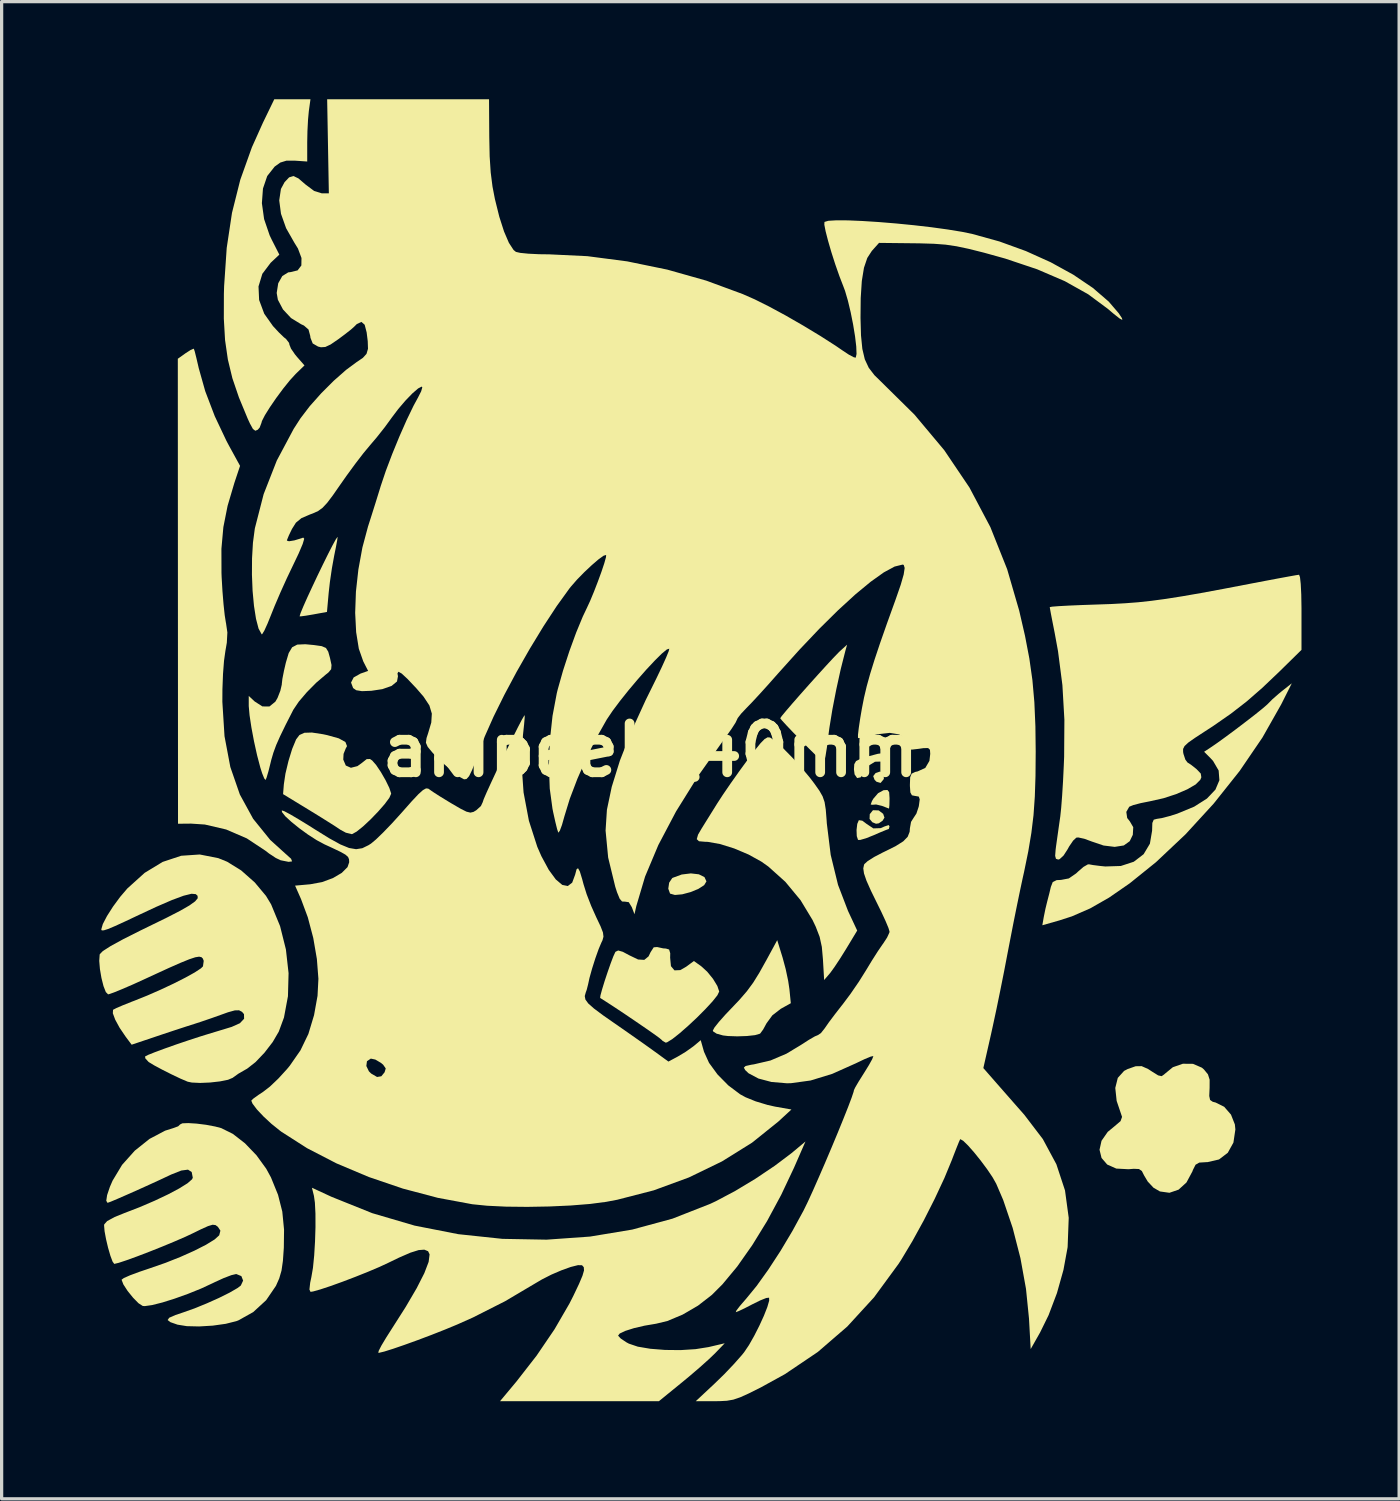
<source format=kicad_pcb>
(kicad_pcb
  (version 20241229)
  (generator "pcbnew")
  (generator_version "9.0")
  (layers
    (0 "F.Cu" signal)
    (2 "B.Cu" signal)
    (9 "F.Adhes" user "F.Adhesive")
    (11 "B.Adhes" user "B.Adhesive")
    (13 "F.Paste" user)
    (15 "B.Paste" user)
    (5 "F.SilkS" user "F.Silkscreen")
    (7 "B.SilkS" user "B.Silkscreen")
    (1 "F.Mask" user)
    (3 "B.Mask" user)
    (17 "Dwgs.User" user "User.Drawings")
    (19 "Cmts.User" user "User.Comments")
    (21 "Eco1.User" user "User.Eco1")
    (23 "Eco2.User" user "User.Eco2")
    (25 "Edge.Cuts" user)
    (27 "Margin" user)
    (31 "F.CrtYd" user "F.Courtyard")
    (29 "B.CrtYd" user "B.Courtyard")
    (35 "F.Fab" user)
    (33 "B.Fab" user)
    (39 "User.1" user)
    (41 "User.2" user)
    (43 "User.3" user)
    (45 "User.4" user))
  (footprint "akipeek_40mm"
    (layer "F.Cu")
    (at 16.943 20.007)
    (property "Reference" "akipeek_40mm" (at 0 0 0) (layer "F.SilkS") (effects (font (size 1.5 1.5) (thickness 0.3))))
    (attr board_only exclude_from_pos_files exclude_from_bom)
    (fp_poly (pts (xy 7.16 0.724) (xy 7.172 0.871) (xy 7.164 0.894) (xy 7.071 1.006) (xy 6.945 0.969) (xy 6.886 0.909) (xy 6.844 0.796) (xy 6.919 0.701) (xy 7.059 0.654)) (stroke (width 0) (type solid)) (fill yes) (layer "F.SilkS"))
    (fp_poly (pts (xy 7.013 1.85) (xy 7.15 1.955) (xy 7.19 2.072) (xy 7.133 2.166) (xy 7.016 2.247) (xy 6.93 2.26) (xy 6.857 2.23) (xy 6.819 2.215) (xy 6.732 2.112) (xy 6.738 1.966) (xy 6.829 1.852) (xy 6.848 1.844)) (stroke (width 0) (type solid)) (fill yes) (layer "F.SilkS"))
    (fp_poly (pts (xy 1.485 3.814) (xy 1.658 3.9) (xy 1.719 4.031) (xy 1.649 4.147) (xy 1.471 4.262) (xy 1.23 4.361) (xy 0.974 4.429) (xy 0.75 4.449) (xy 0.604 4.408) (xy 0.599 4.403) (xy 0.546 4.256) (xy 0.573 4.071) (xy 0.665 3.933) (xy 0.684 3.921) (xy 0.96 3.82) (xy 1.24 3.786)) (stroke (width 0) (type solid)) (fill yes) (layer "F.SilkS"))
    (fp_poly (pts (xy 7.334 1.29) (xy 7.346 1.47) (xy 7.346 1.496) (xy 7.342 1.686) (xy 7.331 1.787) (xy 7.327 1.793) (xy 7.249 1.763) (xy 7.117 1.712) (xy 6.933 1.668) (xy 6.82 1.677) (xy 6.767 1.67) (xy 6.805 1.565) (xy 6.848 1.491) (xy 6.993 1.322) (xy 7.16 1.23) (xy 7.164 1.229) (xy 7.282 1.222)) (stroke (width 0) (type solid)) (fill yes) (layer "F.SilkS"))
    (fp_poly (pts (xy 7.31 0.12) (xy 7.346 0.221) (xy 7.346 0.236) (xy 7.318 0.347) (xy 7.203 0.357) (xy 7.158 0.347) (xy 6.899 0.354) (xy 6.678 0.49) (xy 6.563 0.669) (xy 6.459 0.834) (xy 6.35 0.856) (xy 6.272 0.743) (xy 6.252 0.589) (xy 6.262 0.43) (xy 6.317 0.333) (xy 6.455 0.263) (xy 6.657 0.198) (xy 6.989 0.11) (xy 7.199 0.084)) (stroke (width 0) (type solid)) (fill yes) (layer "F.SilkS"))
    (fp_poly (pts (xy 6.509 2.166) (xy 6.64 2.264) (xy 6.849 2.403) (xy 7.073 2.395) (xy 7.195 2.342) (xy 7.32 2.301) (xy 7.346 2.342) (xy 7.324 2.42) (xy 7.317 2.423) (xy 7.236 2.452) (xy 7.054 2.527) (xy 6.857 2.613) (xy 6.621 2.707) (xy 6.446 2.757) (xy 6.378 2.757) (xy 6.339 2.64) (xy 6.332 2.451) (xy 6.354 2.265) (xy 6.401 2.154) (xy 6.406 2.151)) (stroke (width 0) (type solid)) (fill yes) (layer "F.SilkS"))
    (fp_poly (pts (xy -9.617 -6.55) (xy -9.63 -6.452) (xy -9.668 -6.246) (xy -9.723 -5.974) (xy -9.725 -5.963) (xy -9.792 -5.593) (xy -9.854 -5.169) (xy -9.891 -4.84) (xy -9.944 -4.25) (xy -10.365 -4.173) (xy -10.596 -4.134) (xy -10.748 -4.114) (xy -10.785 -4.115) (xy -10.755 -4.215) (xy -10.672 -4.416) (xy -10.549 -4.693) (xy -10.398 -5.019) (xy -10.233 -5.369) (xy -10.065 -5.716) (xy -9.908 -6.034) (xy -9.773 -6.297) (xy -9.673 -6.479) (xy -9.621 -6.554)) (stroke (width 0) (type solid)) (fill yes) (layer "F.SilkS"))
    (fp_poly (pts (xy 5.987 -3.048) (xy 5.846 -2.492) (xy 5.71 -1.873) (xy 5.589 -1.25) (xy 5.497 -0.684) (xy 5.461 -0.41) (xy 5.42 -0.08) (xy 5.378 0.181) (xy 5.343 0.342) (xy 5.323 0.378) (xy 5.253 0.32) (xy 5.097 0.172) (xy 4.879 -0.042) (xy 4.631 -0.293) (xy 4.379 -0.552) (xy 4.173 -0.769) (xy 4.035 -0.92) (xy 3.986 -0.983) (xy 4.035 -1.053) (xy 4.17 -1.215) (xy 4.369 -1.447) (xy 4.612 -1.724) (xy 4.879 -2.025) (xy 5.149 -2.325) (xy 5.402 -2.603) (xy 5.617 -2.835) (xy 5.773 -2.997) (xy 5.825 -3.048) (xy 6.041 -3.243)) (stroke (width 0) (type solid)) (fill yes) (layer "F.SilkS"))
    (fp_poly (pts (xy 4.06 6.376) (xy 4.154 6.725) (xy 4.231 7.09) (xy 4.269 7.345) (xy 4.312 7.776) (xy 4.003 7.948) (xy 3.744 8.149) (xy 3.565 8.394) (xy 3.462 8.583) (xy 3.374 8.703) (xy 3.36 8.714) (xy 3.212 8.757) (xy 2.962 8.784) (xy 2.666 8.794) (xy 2.377 8.784) (xy 2.227 8.766) (xy 2.032 8.712) (xy 1.923 8.641) (xy 1.915 8.617) (xy 1.966 8.522) (xy 2.105 8.347) (xy 2.305 8.122) (xy 2.429 7.992) (xy 2.732 7.673) (xy 2.962 7.407) (xy 3.155 7.145) (xy 3.344 6.84) (xy 3.564 6.446) (xy 3.582 6.413) (xy 3.894 5.838)) (stroke (width 0) (type solid)) (fill yes) (layer "F.SilkS"))
    (fp_poly (pts (xy -10.065 -0.491) (xy -9.938 -0.464) (xy -9.58 -0.364) (xy -9.377 -0.252) (xy -9.328 -0.126) (xy -9.368 -0.052) (xy -9.434 0.113) (xy -9.443 0.288) (xy -9.365 0.471) (xy -9.208 0.54) (xy -9.007 0.489) (xy -8.865 0.386) (xy -8.724 0.274) (xy -8.622 0.27) (xy -8.553 0.317) (xy -8.432 0.456) (xy -8.285 0.675) (xy -8.141 0.926) (xy -8.028 1.158) (xy -7.974 1.322) (xy -7.972 1.339) (xy -8.027 1.463) (xy -8.17 1.656) (xy -8.373 1.888) (xy -8.604 2.127) (xy -8.834 2.342) (xy -9.033 2.502) (xy -9.169 2.577) (xy -9.185 2.579) (xy -9.364 2.535) (xy -9.535 2.442) (xy -9.677 2.347) (xy -9.918 2.194) (xy -10.222 2.004) (xy -10.509 1.828) (xy -11.293 1.35) (xy -11.269 1.046) (xy -11.22 0.719) (xy -11.128 0.334) (xy -11.014 -0.038) (xy -10.895 -0.326) (xy -10.893 -0.331) (xy -10.79 -0.467) (xy -10.637 -0.536) (xy -10.405 -0.543)) (stroke (width 0) (type solid)) (fill yes) (layer "F.SilkS"))
    (fp_poly (pts (xy -10.343 -3.232) (xy -10.105 -3.198) (xy -9.976 -3.143) (xy -9.905 -3.029) (xy -9.851 -2.836) (xy -9.804 -2.618) (xy -9.815 -2.489) (xy -9.899 -2.389) (xy -9.981 -2.324) (xy -10.27 -2.078) (xy -10.56 -1.786) (xy -10.809 -1.494) (xy -10.975 -1.248) (xy -10.979 -1.241) (xy -11.212 -0.785) (xy -11.382 -0.435) (xy -11.504 -0.16) (xy -11.59 0.074) (xy -11.655 0.295) (xy -11.679 0.394) (xy -11.743 0.65) (xy -11.799 0.84) (xy -11.831 0.915) (xy -11.871 0.869) (xy -11.936 0.71) (xy -11.992 0.534) (xy -12.092 0.154) (xy -12.186 -0.272) (xy -12.266 -0.698) (xy -12.323 -1.075) (xy -12.348 -1.356) (xy -12.348 -1.388) (xy -12.348 -1.668) (xy -12.167 -1.499) (xy -11.929 -1.346) (xy -11.712 -1.344) (xy -11.53 -1.492) (xy -11.464 -1.605) (xy -11.377 -1.827) (xy -11.333 -2.015) (xy -11.332 -2.038) (xy -11.314 -2.194) (xy -11.265 -2.443) (xy -11.207 -2.693) (xy -11.12 -2.986) (xy -11.015 -3.163) (xy -10.857 -3.246) (xy -10.608 -3.257)) (stroke (width 0) (type solid)) (fill yes) (layer "F.SilkS"))
    (fp_poly (pts (xy -14.035 -12.337) (xy -14.007 -12.253) (xy -13.958 -12.056) (xy -13.895 -11.787) (xy -13.887 -11.75) (xy -13.685 -11.033) (xy -13.392 -10.265) (xy -13.032 -9.504) (xy -12.951 -9.352) (xy -12.615 -8.739) (xy -12.789 -8.218) (xy -12.998 -7.512) (xy -13.128 -6.857) (xy -13.188 -6.19) (xy -13.186 -5.449) (xy -13.181 -5.314) (xy -13.156 -4.889) (xy -13.123 -4.486) (xy -13.087 -4.151) (xy -13.051 -3.924) (xy -13.047 -3.908) (xy -13.005 -3.619) (xy -13.022 -3.303) (xy -13.066 -3.048) (xy -13.108 -2.749) (xy -13.139 -2.343) (xy -13.157 -1.876) (xy -13.159 -1.485) (xy -13.093 -0.431) (xy -12.914 0.517) (xy -12.621 1.362) (xy -12.213 2.108) (xy -11.687 2.758) (xy -11.215 3.185) (xy -11.047 3.336) (xy -11.016 3.417) (xy -11.123 3.431) (xy -11.369 3.382) (xy -11.518 3.311) (xy -11.724 3.175) (xy -11.838 3.087) (xy -12.408 2.71) (xy -13.042 2.437) (xy -13.697 2.284) (xy -14.119 2.256) (xy -14.522 2.26) (xy -14.525 -4.885) (xy -14.528 -12.031) (xy -14.294 -12.198) (xy -14.136 -12.3) (xy -14.042 -12.34)) (stroke (width 0) (type solid)) (fill yes) (layer "F.SilkS"))
    (fp_poly (pts (xy 0.389 6.09) (xy 0.473 6.096) (xy 0.571 6.125) (xy 0.606 6.239) (xy 0.603 6.378) (xy 0.628 6.637) (xy 0.736 6.766) (xy 0.914 6.758) (xy 1.093 6.656) (xy 1.333 6.479) (xy 1.56 6.641) (xy 1.743 6.808) (xy 1.92 7.026) (xy 2.054 7.246) (xy 2.11 7.414) (xy 2.11 7.419) (xy 2.054 7.534) (xy 1.904 7.722) (xy 1.685 7.959) (xy 1.426 8.219) (xy 1.152 8.475) (xy 0.89 8.704) (xy 0.667 8.88) (xy 0.509 8.977) (xy 0.467 8.988) (xy 0.368 8.931) (xy 0.352 8.911) (xy 0.278 8.849) (xy 0.1 8.719) (xy -0.155 8.541) (xy -0.459 8.333) (xy -0.785 8.112) (xy -1.107 7.898) (xy -1.398 7.709) (xy -1.548 7.614) (xy -1.539 7.537) (xy -1.489 7.353) (xy -1.412 7.101) (xy -1.319 6.821) (xy -1.225 6.552) (xy -1.142 6.334) (xy -1.083 6.206) (xy -1.076 6.195) (xy -0.994 6.155) (xy -0.851 6.196) (xy -0.655 6.301) (xy -0.382 6.432) (xy -0.192 6.444) (xy -0.06 6.336) (xy 0.002 6.207) (xy 0.098 6.058) (xy 0.203 6.049)) (stroke (width 0) (type solid)) (fill yes) (layer "F.SilkS"))
    (fp_poly (pts (xy 3.671 -0.391) (xy 3.689 -0.382) (xy 3.858 -0.258) (xy 4.094 -0.042) (xy 4.366 0.235) (xy 4.644 0.541) (xy 4.899 0.846) (xy 5.03 1.018) (xy 5.187 1.24) (xy 5.288 1.416) (xy 5.35 1.595) (xy 5.386 1.823) (xy 5.412 2.149) (xy 5.418 2.246) (xy 5.538 3.218) (xy 5.763 4.139) (xy 6.07 4.94) (xy 6.352 5.543) (xy 6.009 6.111) (xy 5.828 6.401) (xy 5.656 6.661) (xy 5.524 6.844) (xy 5.501 6.871) (xy 5.336 7.063) (xy 5.299 6.426) (xy 5.265 6.043) (xy 5.198 5.736) (xy 5.078 5.425) (xy 4.98 5.219) (xy 4.611 4.609) (xy 4.144 4.045) (xy 3.619 3.574) (xy 3.407 3.424) (xy 3.013 3.206) (xy 2.573 3.02) (xy 2.139 2.884) (xy 1.763 2.817) (xy 1.672 2.814) (xy 1.489 2.798) (xy 1.421 2.734) (xy 1.461 2.595) (xy 1.569 2.409) (xy 1.692 2.211) (xy 1.862 1.938) (xy 2.042 1.649) (xy 2.047 1.641) (xy 2.224 1.369) (xy 2.462 1.021) (xy 2.729 0.644) (xy 2.953 0.337) (xy 3.203 0.005) (xy 3.382 -0.216) (xy 3.507 -0.344) (xy 3.598 -0.396)) (stroke (width 0) (type solid)) (fill yes) (layer "F.SilkS"))
    (fp_poly (pts (xy -10.501 -19.645) (xy -10.526 -19.379) (xy -10.544 -19.032) (xy -10.551 -18.687) (xy -10.551 -18.093) (xy -10.928 -18.119) (xy -11.19 -18.119) (xy -11.378 -18.061) (xy -11.551 -17.937) (xy -11.78 -17.647) (xy -11.911 -17.262) (xy -11.944 -16.812) (xy -11.876 -16.323) (xy -11.706 -15.825) (xy -11.644 -15.695) (xy -11.408 -15.231) (xy -11.674 -14.981) (xy -11.93 -14.642) (xy -12.048 -14.253) (xy -12.029 -13.837) (xy -11.872 -13.415) (xy -11.604 -13.036) (xy -11.422 -12.84) (xy -11.269 -12.692) (xy -11.201 -12.638) (xy -11.108 -12.517) (xy -11.098 -12.464) (xy -11.049 -12.342) (xy -10.927 -12.164) (xy -10.866 -12.09) (xy -10.635 -11.826) (xy -10.908 -11.562) (xy -11.084 -11.369) (xy -11.29 -11.113) (xy -11.502 -10.827) (xy -11.697 -10.543) (xy -11.852 -10.295) (xy -11.943 -10.117) (xy -11.958 -10.059) (xy -12.013 -9.915) (xy -12.072 -9.849) (xy -12.146 -9.818) (xy -12.219 -9.873) (xy -12.311 -10.039) (xy -12.379 -10.187) (xy -12.649 -10.839) (xy -12.851 -11.432) (xy -12.99 -12.008) (xy -13.076 -12.605) (xy -13.114 -13.265) (xy -13.112 -14.026) (xy -13.105 -14.263) (xy -13.025 -15.439) (xy -12.863 -16.515) (xy -12.608 -17.532) (xy -12.252 -18.528) (xy -11.913 -19.284) (xy -11.563 -20.007) (xy -11.007 -20.007) (xy -10.451 -20.007)) (stroke (width 0) (type solid)) (fill yes) (layer "F.SilkS"))
    (fp_poly (pts (xy 16.673 9.639) (xy 16.945 9.757) (xy 17.009 9.812) (xy 17.132 9.962) (xy 17.184 10.126) (xy 17.183 10.371) (xy 17.182 10.396) (xy 17.172 10.627) (xy 17.198 10.749) (xy 17.279 10.805) (xy 17.368 10.828) (xy 17.631 10.959) (xy 17.84 11.199) (xy 17.959 11.5) (xy 17.975 11.655) (xy 17.915 12.059) (xy 17.742 12.372) (xy 17.472 12.578) (xy 17.118 12.66) (xy 17.075 12.661) (xy 16.865 12.674) (xy 16.751 12.74) (xy 16.67 12.901) (xy 16.653 12.948) (xy 16.472 13.285) (xy 16.229 13.506) (xy 15.949 13.602) (xy 15.656 13.561) (xy 15.457 13.445) (xy 15.281 13.256) (xy 15.168 13.066) (xy 15.101 12.933) (xy 15.012 12.872) (xy 14.851 12.865) (xy 14.69 12.878) (xy 14.315 12.858) (xy 14.036 12.734) (xy 13.862 12.532) (xy 13.8 12.28) (xy 13.861 12.004) (xy 14.052 11.73) (xy 14.252 11.565) (xy 14.446 11.4) (xy 14.492 11.27) (xy 14.487 11.254) (xy 14.326 10.777) (xy 14.284 10.38) (xy 14.361 10.071) (xy 14.555 9.856) (xy 14.662 9.8) (xy 14.909 9.713) (xy 15.095 9.71) (xy 15.291 9.797) (xy 15.42 9.881) (xy 15.602 9.994) (xy 15.709 10.018) (xy 15.787 9.964) (xy 15.796 9.954) (xy 16.053 9.743) (xy 16.361 9.636)) (stroke (width 0) (type solid)) (fill yes) (layer "F.SilkS"))
    (fp_poly (pts (xy 19.384 -1.409) (xy 18.807 -0.39) (xy 18.107 0.637) (xy 17.309 1.64) (xy 16.443 2.585) (xy 15.534 3.442) (xy 14.728 4.091) (xy 14.093 4.53) (xy 13.512 4.862) (xy 12.949 5.107) (xy 12.566 5.231) (xy 12.042 5.38) (xy 12.085 5.132) (xy 12.139 4.867) (xy 12.192 4.65) (xy 12.257 4.399) (xy 12.304 4.201) (xy 12.362 4.052) (xy 12.481 3.993) (xy 12.617 3.986) (xy 12.855 3.941) (xy 13.081 3.786) (xy 13.138 3.732) (xy 13.307 3.586) (xy 13.44 3.51) (xy 13.477 3.507) (xy 13.597 3.529) (xy 13.815 3.557) (xy 13.977 3.573) (xy 14.454 3.558) (xy 14.852 3.428) (xy 15.155 3.196) (xy 15.348 2.873) (xy 15.416 2.471) (xy 15.416 2.452) (xy 15.423 2.236) (xy 15.466 2.135) (xy 15.561 2.11) (xy 15.562 2.11) (xy 15.714 2.086) (xy 15.956 2.023) (xy 16.186 1.951) (xy 16.709 1.735) (xy 17.102 1.485) (xy 17.362 1.211) (xy 17.484 0.922) (xy 17.461 0.624) (xy 17.289 0.329) (xy 17.218 0.252) (xy 17.014 0.048) (xy 17.2 -0.074) (xy 17.413 -0.22) (xy 17.687 -0.418) (xy 17.994 -0.646) (xy 18.304 -0.882) (xy 18.588 -1.102) (xy 18.815 -1.285) (xy 18.957 -1.408) (xy 18.984 -1.435) (xy 19.11 -1.563) (xy 19.303 -1.732) (xy 19.401 -1.813) (xy 19.709 -2.056)) (stroke (width 0) (type solid)) (fill yes) (layer "F.SilkS"))
    (fp_poly (pts (xy 19.961 -5.318) (xy 19.984 -5.108) (xy 20 -4.785) (xy 20.007 -4.369) (xy 20.007 -4.238) (xy 20.007 -3.084) (xy 19.324 -2.413) (xy 18.798 -1.913) (xy 18.319 -1.496) (xy 17.838 -1.123) (xy 17.305 -0.752) (xy 17.041 -0.58) (xy 16.728 -0.376) (xy 16.526 -0.233) (xy 16.413 -0.128) (xy 16.368 -0.039) (xy 16.369 0.058) (xy 16.38 0.115) (xy 16.438 0.29) (xy 16.505 0.379) (xy 16.505 0.379) (xy 16.611 0.446) (xy 16.768 0.57) (xy 16.78 0.58) (xy 16.911 0.717) (xy 16.929 0.833) (xy 16.896 0.911) (xy 16.755 1.052) (xy 16.495 1.203) (xy 16.153 1.35) (xy 15.765 1.476) (xy 15.365 1.566) (xy 15.357 1.568) (xy 15.071 1.625) (xy 14.84 1.685) (xy 14.714 1.737) (xy 14.712 1.739) (xy 14.623 1.896) (xy 14.65 2.083) (xy 14.732 2.188) (xy 14.836 2.366) (xy 14.823 2.6) (xy 14.728 2.796) (xy 14.546 2.927) (xy 14.267 2.971) (xy 13.923 2.929) (xy 13.564 2.807) (xy 13.333 2.722) (xy 13.15 2.682) (xy 13.089 2.686) (xy 12.99 2.777) (xy 12.867 2.957) (xy 12.819 3.044) (xy 12.696 3.235) (xy 12.574 3.348) (xy 12.532 3.361) (xy 12.461 3.338) (xy 12.436 3.247) (xy 12.451 3.052) (xy 12.464 2.95) (xy 12.508 2.638) (xy 12.56 2.27) (xy 12.594 2.032) (xy 12.621 1.777) (xy 12.65 1.406) (xy 12.678 0.959) (xy 12.701 0.478) (xy 12.712 0.207) (xy 12.72 -0.937) (xy 12.659 -2) (xy 12.524 -3.044) (xy 12.421 -3.607) (xy 12.357 -3.931) (xy 12.306 -4.193) (xy 12.276 -4.359) (xy 12.27 -4.398) (xy 12.344 -4.412) (xy 12.55 -4.428) (xy 12.863 -4.445) (xy 13.259 -4.462) (xy 13.696 -4.477) (xy 14.159 -4.493) (xy 14.581 -4.516) (xy 14.986 -4.547) (xy 15.399 -4.592) (xy 15.844 -4.652) (xy 16.344 -4.731) (xy 16.925 -4.832) (xy 17.61 -4.959) (xy 18.424 -5.115) (xy 18.429 -5.116) (xy 18.884 -5.203) (xy 19.288 -5.279) (xy 19.614 -5.339) (xy 19.838 -5.379) (xy 19.933 -5.393)) (stroke (width 0) (type solid)) (fill yes) (layer "F.SilkS"))
    (fp_poly (pts (xy 4.41 12.832) (xy 4.015 13.668) (xy 3.583 14.47) (xy 3.128 15.21) (xy 2.666 15.867) (xy 2.212 16.414) (xy 1.886 16.74) (xy 1.459 17.071) (xy 0.987 17.346) (xy 0.52 17.542) (xy 0.172 17.626) (xy -0.182 17.686) (xy -0.508 17.762) (xy -0.773 17.846) (xy -0.946 17.927) (xy -0.997 17.993) (xy -0.914 18.082) (xy -0.742 18.197) (xy -0.666 18.238) (xy -0.392 18.331) (xy -0.007 18.396) (xy 0.445 18.432) (xy 0.923 18.437) (xy 1.382 18.408) (xy 1.779 18.345) (xy 1.785 18.344) (xy 2.281 18.227) (xy 1.981 18.538) (xy 1.795 18.716) (xy 1.526 18.957) (xy 1.214 19.225) (xy 0.969 19.428) (xy 0.258 20.007) (xy -2.183 20.007) (xy -4.625 20.007) (xy -4.12 19.402) (xy -3.501 18.607) (xy -2.949 17.795) (xy -2.493 17.008) (xy -2.372 16.77) (xy -2.198 16.404) (xy -2.091 16.151) (xy -2.044 15.988) (xy -2.051 15.889) (xy -2.104 15.83) (xy -2.106 15.829) (xy -2.229 15.826) (xy -2.452 15.882) (xy -2.736 15.984) (xy -3.044 16.116) (xy -3.337 16.265) (xy -3.478 16.348) (xy -4.472 16.936) (xy -5.456 17.434) (xy -5.94 17.65) (xy -6.319 17.807) (xy -6.735 17.971) (xy -7.159 18.131) (xy -7.561 18.276) (xy -7.913 18.397) (xy -8.184 18.482) (xy -8.347 18.521) (xy -8.365 18.522) (xy -8.355 18.462) (xy -8.271 18.298) (xy -8.127 18.057) (xy -7.964 17.801) (xy -7.524 17.11) (xy -7.186 16.533) (xy -6.951 16.071) (xy -6.819 15.725) (xy -6.79 15.495) (xy -6.836 15.398) (xy -6.952 15.35) (xy -7.126 15.363) (xy -7.38 15.443) (xy -7.732 15.596) (xy -8.05 15.75) (xy -8.331 15.881) (xy -8.683 16.03) (xy -9.073 16.186) (xy -9.469 16.337) (xy -9.839 16.47) (xy -10.15 16.573) (xy -10.371 16.635) (xy -10.45 16.647) (xy -10.483 16.575) (xy -10.46 16.367) (xy -10.424 16.197) (xy -10.375 15.913) (xy -10.337 15.532) (xy -10.311 15.099) (xy -10.297 14.655) (xy -10.298 14.242) (xy -10.315 13.904) (xy -10.344 13.699) (xy -10.406 13.447) (xy -9.803 13.726) (xy -8.554 14.228) (xy -7.25 14.611) (xy -5.909 14.874) (xy -4.551 15.018) (xy -3.195 15.043) (xy -1.859 14.948) (xy -0.562 14.733) (xy 0.676 14.397) (xy 1.837 13.941) (xy 2.007 13.861) (xy 2.598 13.548) (xy 3.221 13.173) (xy 3.818 12.772) (xy 4.333 12.384) (xy 4.393 12.334) (xy 4.762 12.026)) (stroke (width 0) (type solid)) (fill yes) (layer "F.SilkS"))
    (fp_poly (pts (xy -13.95 11.476) (xy -13.662 11.512) (xy -13.381 11.565) (xy -13.192 11.615) (xy -12.836 11.792) (xy -12.464 12.081) (xy -12.11 12.45) (xy -11.81 12.864) (xy -11.665 13.13) (xy -11.448 13.664) (xy -11.317 14.18) (xy -11.263 14.735) (xy -11.27 15.291) (xy -11.298 15.695) (xy -11.341 15.993) (xy -11.411 16.234) (xy -11.512 16.462) (xy -11.813 16.903) (xy -12.211 17.269) (xy -12.666 17.523) (xy -12.729 17.547) (xy -13.055 17.629) (xy -13.455 17.685) (xy -13.873 17.71) (xy -14.252 17.701) (xy -14.537 17.655) (xy -14.754 17.579) (xy -14.841 17.513) (xy -14.793 17.443) (xy -14.602 17.359) (xy -14.361 17.278) (xy -14.011 17.154) (xy -13.633 16.999) (xy -13.262 16.833) (xy -12.937 16.671) (xy -12.695 16.531) (xy -12.592 16.453) (xy -12.521 16.301) (xy -12.575 16.163) (xy -12.729 16.1) (xy -12.739 16.1) (xy -12.883 16.134) (xy -13.119 16.224) (xy -13.399 16.352) (xy -13.452 16.378) (xy -13.814 16.546) (xy -14.215 16.708) (xy -14.622 16.854) (xy -15 16.973) (xy -15.318 17.053) (xy -15.543 17.085) (xy -15.607 17.08) (xy -15.736 16.997) (xy -15.903 16.827) (xy -16.071 16.619) (xy -16.201 16.419) (xy -16.256 16.276) (xy -16.256 16.273) (xy -16.186 16.222) (xy -15.996 16.138) (xy -15.714 16.033) (xy -15.377 15.919) (xy -14.903 15.754) (xy -14.441 15.57) (xy -14.018 15.381) (xy -13.661 15.199) (xy -13.399 15.038) (xy -13.257 14.91) (xy -13.255 14.906) (xy -13.219 14.766) (xy -13.296 14.649) (xy -13.368 14.595) (xy -13.458 14.584) (xy -13.599 14.626) (xy -13.823 14.727) (xy -14.038 14.833) (xy -14.297 14.955) (xy -14.632 15.1) (xy -15.01 15.257) (xy -15.402 15.413) (xy -15.775 15.556) (xy -16.1 15.674) (xy -16.345 15.755) (xy -16.478 15.787) (xy -16.482 15.787) (xy -16.533 15.717) (xy -16.6 15.538) (xy -16.671 15.293) (xy -16.734 15.027) (xy -16.779 14.784) (xy -16.794 14.609) (xy -16.79 14.573) (xy -16.699 14.471) (xy -16.468 14.346) (xy -16.177 14.228) (xy -15.698 14.043) (xy -15.242 13.847) (xy -14.83 13.652) (xy -14.486 13.469) (xy -14.232 13.311) (xy -14.09 13.187) (xy -14.068 13.138) (xy -14.102 12.964) (xy -14.215 12.891) (xy -14.421 12.918) (xy -14.734 13.042) (xy -14.776 13.062) (xy -15.074 13.202) (xy -15.414 13.358) (xy -15.766 13.517) (xy -16.1 13.665) (xy -16.384 13.789) (xy -16.59 13.876) (xy -16.687 13.911) (xy -16.689 13.911) (xy -16.727 13.847) (xy -16.701 13.673) (xy -16.616 13.421) (xy -16.533 13.229) (xy -16.241 12.744) (xy -15.85 12.307) (xy -15.398 11.946) (xy -14.918 11.693) (xy -14.673 11.616) (xy -14.518 11.559) (xy -14.458 11.502) (xy -14.389 11.467) (xy -14.206 11.46)) (stroke (width 0) (type solid)) (fill yes) (layer "F.SilkS"))
    (fp_poly (pts (xy -13.285 3.317) (xy -13.013 3.427) (xy -12.58 3.695) (xy -12.165 4.062) (xy -11.818 4.477) (xy -11.661 4.737) (xy -11.385 5.407) (xy -11.206 6.123) (xy -11.124 6.853) (xy -11.143 7.561) (xy -11.265 8.214) (xy -11.425 8.649) (xy -11.612 8.969) (xy -11.864 9.296) (xy -12.139 9.585) (xy -12.398 9.788) (xy -12.455 9.82) (xy -12.668 9.943) (xy -12.839 10.066) (xy -12.84 10.068) (xy -12.985 10.129) (xy -13.234 10.179) (xy -13.537 10.213) (xy -13.842 10.226) (xy -14.097 10.214) (xy -14.224 10.188) (xy -14.445 10.094) (xy -14.722 9.962) (xy -15.008 9.818) (xy -15.256 9.685) (xy -15.416 9.588) (xy -15.43 9.577) (xy -15.527 9.471) (xy -15.534 9.412) (xy -15.438 9.363) (xy -15.226 9.278) (xy -14.928 9.168) (xy -14.578 9.044) (xy -14.206 8.918) (xy -13.844 8.8) (xy -13.677 8.748) (xy -13.361 8.652) (xy -13.058 8.56) (xy -12.871 8.503) (xy -12.621 8.391) (xy -12.491 8.254) (xy -12.494 8.112) (xy -12.554 8.041) (xy -12.646 7.993) (xy -12.776 7.996) (xy -12.985 8.054) (xy -13.158 8.116) (xy -13.489 8.234) (xy -13.832 8.351) (xy -14.029 8.415) (xy -14.277 8.494) (xy -14.617 8.605) (xy -14.993 8.73) (xy -15.183 8.794) (xy -15.947 9.051) (xy -16.131 8.805) (xy -16.316 8.532) (xy -16.452 8.282) (xy -16.525 8.086) (xy -16.519 7.979) (xy -16.517 7.977) (xy -16.417 7.925) (xy -16.21 7.836) (xy -15.937 7.727) (xy -15.865 7.7) (xy -15.465 7.539) (xy -15.052 7.358) (xy -14.652 7.17) (xy -14.295 6.989) (xy -14.007 6.829) (xy -13.817 6.704) (xy -13.755 6.643) (xy -13.732 6.474) (xy -13.758 6.404) (xy -13.801 6.361) (xy -13.873 6.345) (xy -13.991 6.364) (xy -14.173 6.424) (xy -14.435 6.53) (xy -14.796 6.689) (xy -15.273 6.908) (xy -15.526 7.025) (xy -15.901 7.196) (xy -16.232 7.339) (xy -16.489 7.444) (xy -16.645 7.498) (xy -16.672 7.503) (xy -16.741 7.432) (xy -16.812 7.25) (xy -16.875 7) (xy -16.922 6.726) (xy -16.943 6.474) (xy -16.93 6.286) (xy -16.925 6.267) (xy -16.831 6.172) (xy -16.592 6.019) (xy -16.208 5.809) (xy -15.68 5.543) (xy -15.395 5.404) (xy -14.859 5.142) (xy -14.455 4.934) (xy -14.171 4.771) (xy -13.996 4.645) (xy -13.916 4.549) (xy -13.921 4.474) (xy -13.977 4.423) (xy -14.107 4.412) (xy -14.35 4.472) (xy -14.711 4.606) (xy -15.196 4.816) (xy -15.695 5.049) (xy -16.136 5.257) (xy -16.454 5.403) (xy -16.67 5.494) (xy -16.801 5.536) (xy -16.865 5.538) (xy -16.881 5.509) (xy -16.833 5.343) (xy -16.705 5.097) (xy -16.52 4.807) (xy -16.301 4.509) (xy -16.078 4.248) (xy -15.547 3.769) (xy -14.994 3.433) (xy -14.426 3.244) (xy -13.854 3.205)) (stroke (width 0) (type solid)) (fill yes) (layer "F.SilkS"))
    (fp_poly (pts (xy -3.868 -0.994) (xy -3.885 -0.797) (xy -3.914 -0.524) (xy -3.92 -0.469) (xy -3.965 0.403) (xy -3.902 1.297) (xy -3.738 2.167) (xy -3.48 2.969) (xy -3.354 3.257) (xy -3.127 3.677) (xy -2.91 3.973) (xy -2.712 4.14) (xy -2.542 4.174) (xy -2.407 4.07) (xy -2.316 3.823) (xy -2.314 3.815) (xy -2.273 3.66) (xy -2.228 3.627) (xy -2.173 3.725) (xy -2.1 3.964) (xy -2.06 4.115) (xy -1.964 4.422) (xy -1.823 4.787) (xy -1.669 5.131) (xy -1.534 5.415) (xy -1.462 5.601) (xy -1.446 5.73) (xy -1.476 5.842) (xy -1.511 5.914) (xy -1.594 6.111) (xy -1.696 6.397) (xy -1.796 6.713) (xy -1.876 7) (xy -1.917 7.19) (xy -1.961 7.364) (xy -1.99 7.444) (xy -2.021 7.556) (xy -2.001 7.663) (xy -1.912 7.785) (xy -1.738 7.939) (xy -1.462 8.145) (xy -1.158 8.357) (xy -0.795 8.609) (xy -0.429 8.866) (xy -0.106 9.094) (xy 0.099 9.241) (xy 0.55 9.569) (xy 0.838 9.415) (xy 1.084 9.267) (xy 1.309 9.107) (xy 1.335 9.087) (xy 1.543 8.912) (xy 1.644 9.269) (xy 1.798 9.608) (xy 2.059 9.965) (xy 2.39 10.301) (xy 2.753 10.574) (xy 2.919 10.665) (xy 3.232 10.792) (xy 3.6 10.903) (xy 3.829 10.954) (xy 4.331 11.042) (xy 3.924 11.417) (xy 3.119 12.063) (xy 2.196 12.638) (xy 1.181 13.13) (xy 0.099 13.527) (xy -1.022 13.816) (xy -1.365 13.881) (xy -1.857 13.945) (xy -2.454 13.993) (xy -3.112 14.023) (xy -3.789 14.035) (xy -4.44 14.028) (xy -5.022 14) (xy -5.478 13.954) (xy -6.538 13.757) (xy -7.609 13.474) (xy -8.658 13.117) (xy -9.652 12.698) (xy -10.558 12.23) (xy -11.345 11.726) (xy -11.389 11.693) (xy -11.647 11.486) (xy -11.893 11.258) (xy -12.098 11.04) (xy -12.232 10.862) (xy -12.27 10.77) (xy -12.21 10.71) (xy -12.054 10.597) (xy -11.911 10.503) (xy -11.695 10.336) (xy -11.434 10.087) (xy -11.173 9.801) (xy -11.094 9.705) (xy -8.734 9.705) (xy -8.655 9.869) (xy -8.586 9.937) (xy -8.404 10.043) (xy -8.273 10.021) (xy -8.173 9.898) (xy -8.138 9.781) (xy -8.217 9.666) (xy -8.284 9.61) (xy -8.457 9.508) (xy -8.596 9.478) (xy -8.715 9.558) (xy -8.734 9.705) (xy -11.094 9.705) (xy -11.09 9.701) (xy -10.759 9.225) (xy -10.515 8.72) (xy -10.341 8.143) (xy -10.234 7.549) (xy -10.207 7.026) (xy -10.254 6.417) (xy -10.365 5.771) (xy -10.533 5.135) (xy -10.741 4.576) (xy -10.924 4.162) (xy -10.457 4.12) (xy -10.094 4.053) (xy -9.761 3.93) (xy -9.489 3.77) (xy -9.312 3.593) (xy -9.261 3.444) (xy -9.266 3.353) (xy -9.296 3.28) (xy -9.377 3.209) (xy -9.534 3.121) (xy -9.792 2.998) (xy -10.021 2.893) (xy -10.261 2.764) (xy -10.53 2.591) (xy -10.798 2.396) (xy -11.039 2.201) (xy -11.225 2.03) (xy -11.326 1.902) (xy -11.332 1.85) (xy -11.255 1.875) (xy -11.072 1.972) (xy -10.807 2.128) (xy -10.482 2.327) (xy -10.322 2.429) (xy -9.877 2.705) (xy -9.533 2.895) (xy -9.266 3.005) (xy -9.049 3.042) (xy -8.858 3.012) (xy -8.669 2.92) (xy -8.589 2.869) (xy -8.438 2.743) (xy -8.214 2.526) (xy -7.946 2.248) (xy -7.664 1.937) (xy -7.625 1.893) (xy -7.34 1.571) (xy -7.136 1.354) (xy -6.995 1.227) (xy -6.9 1.174) (xy -6.832 1.18) (xy -6.805 1.198) (xy -6.682 1.284) (xy -6.466 1.423) (xy -6.196 1.588) (xy -6.116 1.636) (xy -5.837 1.798) (xy -5.656 1.889) (xy -5.536 1.918) (xy -5.441 1.896) (xy -5.354 1.844) (xy -5.213 1.716) (xy -5.158 1.599) (xy -5.127 1.506) (xy -5.04 1.304) (xy -4.911 1.021) (xy -4.753 0.682) (xy -4.578 0.314) (xy -4.397 -0.058) (xy -4.225 -0.407) (xy -4.074 -0.708) (xy -3.956 -0.934) (xy -3.883 -1.059) (xy -3.867 -1.075)) (stroke (width 0) (type solid)) (fill yes) (layer "F.SilkS"))
    (fp_poly (pts (xy -4.956 -18.855) (xy -4.944 -18.254) (xy -4.912 -17.759) (xy -4.856 -17.32) (xy -4.783 -16.942) (xy -4.648 -16.397) (xy -4.502 -15.942) (xy -4.353 -15.595) (xy -4.209 -15.374) (xy -4.136 -15.315) (xy -4.004 -15.285) (xy -3.754 -15.26) (xy -3.423 -15.244) (xy -3.112 -15.24) (xy -1.942 -15.184) (xy -0.717 -15.024) (xy 0.518 -14.77) (xy 1.717 -14.431) (xy 2.834 -14.019) (xy 3.204 -13.856) (xy 3.637 -13.64) (xy 4.15 -13.363) (xy 4.694 -13.05) (xy 5.223 -12.73) (xy 5.688 -12.432) (xy 5.889 -12.294) (xy 6.096 -12.157) (xy 6.249 -12.076) (xy 6.308 -12.065) (xy 6.332 -12.178) (xy 6.323 -12.408) (xy 6.286 -12.721) (xy 6.227 -13.082) (xy 6.152 -13.458) (xy 6.067 -13.814) (xy 5.979 -14.116) (xy 5.931 -14.244) (xy 5.805 -14.571) (xy 5.677 -14.936) (xy 5.558 -15.308) (xy 5.457 -15.655) (xy 5.382 -15.946) (xy 5.342 -16.151) (xy 5.346 -16.236) (xy 5.465 -16.271) (xy 5.715 -16.286) (xy 6.072 -16.284) (xy 6.513 -16.265) (xy 7.013 -16.233) (xy 7.549 -16.189) (xy 8.097 -16.135) (xy 8.633 -16.073) (xy 9.134 -16.004) (xy 9.575 -15.932) (xy 9.892 -15.866) (xy 10.726 -15.635) (xy 11.536 -15.341) (xy 12.299 -14.997) (xy 12.993 -14.615) (xy 13.595 -14.208) (xy 14.082 -13.788) (xy 14.389 -13.43) (xy 14.489 -13.279) (xy 14.501 -13.224) (xy 14.419 -13.267) (xy 14.235 -13.412) (xy 14.055 -13.565) (xy 13.451 -14.013) (xy 12.732 -14.416) (xy 11.885 -14.78) (xy 10.901 -15.11) (xy 10.246 -15.292) (xy 9.779 -15.409) (xy 9.405 -15.488) (xy 9.068 -15.538) (xy 8.709 -15.565) (xy 8.274 -15.578) (xy 8.103 -15.58) (xy 7.023 -15.592) (xy 6.801 -15.344) (xy 6.662 -15.129) (xy 6.56 -14.827) (xy 6.494 -14.421) (xy 6.46 -13.893) (xy 6.454 -13.286) (xy 6.469 -12.748) (xy 6.51 -12.334) (xy 6.586 -12.013) (xy 6.707 -11.754) (xy 6.882 -11.526) (xy 7.052 -11.36) (xy 8.112 -10.314) (xy 9.027 -9.222) (xy 9.802 -8.073) (xy 10.445 -6.857) (xy 10.961 -5.563) (xy 11.331 -4.29) (xy 11.51 -3.514) (xy 11.643 -2.819) (xy 11.737 -2.155) (xy 11.797 -1.476) (xy 11.829 -0.734) (xy 11.838 0.039) (xy 11.832 0.789) (xy 11.811 1.427) (xy 11.771 1.996) (xy 11.705 2.541) (xy 11.611 3.104) (xy 11.483 3.73) (xy 11.437 3.937) (xy 11.359 4.303) (xy 11.261 4.777) (xy 11.153 5.313) (xy 11.046 5.864) (xy 10.973 6.242) (xy 10.867 6.796) (xy 10.749 7.387) (xy 10.631 7.962) (xy 10.522 8.47) (xy 10.464 8.734) (xy 10.229 9.769) (xy 10.683 10.288) (xy 10.947 10.589) (xy 11.224 10.905) (xy 11.462 11.175) (xy 11.489 11.206) (xy 12.058 11.952) (xy 12.474 12.726) (xy 12.739 13.53) (xy 12.853 14.372) (xy 12.82 15.257) (xy 12.816 15.293) (xy 12.691 15.973) (xy 12.491 16.685) (xy 12.234 17.364) (xy 11.972 17.897) (xy 11.684 18.405) (xy 11.632 17.467) (xy 11.54 16.555) (xy 11.369 15.61) (xy 11.131 14.684) (xy 10.84 13.826) (xy 10.625 13.325) (xy 10.51 13.121) (xy 10.343 12.874) (xy 10.147 12.611) (xy 9.945 12.36) (xy 9.759 12.149) (xy 9.611 12.005) (xy 9.524 11.955) (xy 9.514 11.961) (xy 9.476 12.046) (xy 9.398 12.24) (xy 9.295 12.505) (xy 9.266 12.583) (xy 9.033 13.147) (xy 8.734 13.788) (xy 8.397 14.453) (xy 8.046 15.092) (xy 7.709 15.654) (xy 7.623 15.787) (xy 6.869 16.816) (xy 6.048 17.712) (xy 5.142 18.494) (xy 4.131 19.176) (xy 3.386 19.586) (xy 3.024 19.767) (xy 2.758 19.887) (xy 2.547 19.959) (xy 2.348 19.994) (xy 2.122 20.006) (xy 1.974 20.007) (xy 1.391 20.007) (xy 1.972 19.464) (xy 2.267 19.177) (xy 2.558 18.871) (xy 2.8 18.598) (xy 2.877 18.503) (xy 3.026 18.282) (xy 3.186 18) (xy 3.344 17.689) (xy 3.484 17.383) (xy 3.59 17.114) (xy 3.647 16.917) (xy 3.644 16.826) (xy 3.557 16.836) (xy 3.374 16.909) (xy 3.136 17.026) (xy 2.894 17.151) (xy 2.708 17.239) (xy 2.62 17.272) (xy 2.64 17.22) (xy 2.746 17.082) (xy 2.914 16.887) (xy 2.936 16.862) (xy 3.258 16.469) (xy 3.618 15.967) (xy 3.994 15.391) (xy 4.362 14.774) (xy 4.701 14.152) (xy 4.713 14.128) (xy 4.835 13.878) (xy 4.991 13.537) (xy 5.17 13.131) (xy 5.364 12.684) (xy 5.561 12.22) (xy 5.751 11.764) (xy 5.924 11.339) (xy 6.071 10.97) (xy 6.18 10.681) (xy 6.242 10.497) (xy 6.252 10.447) (xy 6.292 10.363) (xy 6.396 10.185) (xy 6.544 9.949) (xy 6.565 9.916) (xy 6.712 9.678) (xy 6.813 9.496) (xy 6.848 9.404) (xy 6.847 9.4) (xy 6.767 9.417) (xy 6.587 9.491) (xy 6.343 9.607) (xy 6.319 9.619) (xy 5.583 9.948) (xy 4.92 10.151) (xy 4.315 10.234) (xy 4.187 10.236) (xy 3.72 10.197) (xy 3.318 10.091) (xy 3.013 9.929) (xy 2.909 9.83) (xy 2.869 9.755) (xy 2.921 9.706) (xy 3.094 9.667) (xy 3.18 9.654) (xy 3.687 9.536) (xy 4.176 9.328) (xy 4.63 9.054) (xy 4.864 8.903) (xy 5.051 8.795) (xy 5.149 8.753) (xy 5.15 8.753) (xy 5.237 8.694) (xy 5.353 8.548) (xy 5.366 8.529) (xy 5.485 8.358) (xy 5.667 8.116) (xy 5.874 7.85) (xy 5.901 7.817) (xy 6.145 7.491) (xy 6.406 7.111) (xy 6.619 6.771) (xy 6.802 6.469) (xy 6.984 6.183) (xy 7.13 5.969) (xy 7.147 5.947) (xy 7.271 5.757) (xy 7.341 5.605) (xy 7.346 5.574) (xy 7.313 5.463) (xy 7.223 5.248) (xy 7.091 4.963) (xy 6.984 4.746) (xy 6.776 4.322) (xy 6.637 4.01) (xy 6.561 3.788) (xy 6.539 3.632) (xy 6.563 3.519) (xy 6.574 3.498) (xy 6.675 3.407) (xy 6.878 3.279) (xy 7.141 3.142) (xy 7.169 3.129) (xy 7.53 2.95) (xy 7.768 2.8) (xy 7.904 2.66) (xy 7.964 2.507) (xy 7.972 2.4) (xy 8.007 2.203) (xy 8.084 2.08) (xy 8.171 1.949) (xy 8.241 1.74) (xy 8.249 1.7) (xy 8.274 1.509) (xy 8.244 1.425) (xy 8.142 1.407) (xy 8.137 1.407) (xy 8.034 1.386) (xy 7.986 1.298) (xy 7.972 1.102) (xy 7.972 1.053) (xy 7.98 0.833) (xy 8.025 0.721) (xy 8.135 0.668) (xy 8.209 0.652) (xy 8.446 0.543) (xy 8.572 0.327) (xy 8.597 0.113) (xy 8.588 -0.013) (xy 8.533 -0.066) (xy 8.39 -0.064) (xy 8.245 -0.043) (xy 8.029 -0.018) (xy 7.925 -0.036) (xy 7.894 -0.109) (xy 7.894 -0.139) (xy 7.828 -0.353) (xy 7.643 -0.486) (xy 7.354 -0.533) (xy 6.978 -0.491) (xy 6.773 -0.437) (xy 6.556 -0.384) (xy 6.409 -0.369) (xy 6.376 -0.38) (xy 6.376 -0.474) (xy 6.401 -0.688) (xy 6.446 -0.988) (xy 6.496 -1.279) (xy 6.562 -1.617) (xy 6.644 -1.964) (xy 6.749 -2.343) (xy 6.884 -2.778) (xy 7.055 -3.29) (xy 7.27 -3.903) (xy 7.535 -4.638) (xy 7.535 -4.638) (xy 7.69 -5.085) (xy 7.781 -5.402) (xy 7.811 -5.601) (xy 7.782 -5.695) (xy 7.747 -5.705) (xy 7.501 -5.644) (xy 7.17 -5.465) (xy 6.765 -5.176) (xy 6.293 -4.786) (xy 5.765 -4.302) (xy 5.188 -3.732) (xy 4.573 -3.084) (xy 3.927 -2.366) (xy 3.908 -2.345) (xy 3.627 -2.027) (xy 3.352 -1.723) (xy 3.115 -1.468) (xy 2.958 -1.306) (xy 2.79 -1.129) (xy 2.681 -0.99) (xy 2.657 -0.939) (xy 2.613 -0.846) (xy 2.496 -0.665) (xy 2.33 -0.429) (xy 2.278 -0.359) (xy 1.464 0.791) (xy 0.784 1.883) (xy 0.24 2.915) (xy -0.167 3.883) (xy -0.435 4.785) (xy -0.44 4.806) (xy -0.493 5.041) (xy -0.574 4.826) (xy -0.668 4.671) (xy -0.79 4.653) (xy -0.792 4.654) (xy -0.875 4.65) (xy -0.948 4.564) (xy -1.029 4.367) (xy -1.084 4.195) (xy -1.302 3.298) (xy -1.381 2.469) (xy -1.34 1.83) (xy -1.192 1.126) (xy -0.942 0.322) (xy -0.592 -0.571) (xy -0.149 -1.54) (xy -0.024 -1.793) (xy 0.178 -2.202) (xy 0.35 -2.562) (xy 0.48 -2.85) (xy 0.559 -3.044) (xy 0.577 -3.121) (xy 0.499 -3.095) (xy 0.345 -2.967) (xy 0.132 -2.756) (xy -0.122 -2.485) (xy -0.396 -2.174) (xy -0.674 -1.844) (xy -0.936 -1.516) (xy -1.164 -1.212) (xy -1.34 -0.951) (xy -1.344 -0.945) (xy -1.656 -0.393) (xy -1.964 0.23) (xy -2.246 0.875) (xy -2.481 1.492) (xy -2.647 2.033) (xy -2.649 2.041) (xy -2.722 2.299) (xy -2.787 2.473) (xy -2.831 2.533) (xy -2.836 2.528) (xy -2.871 2.423) (xy -2.925 2.205) (xy -2.99 1.913) (xy -3.013 1.799) (xy -3.097 1.179) (xy -3.123 0.464) (xy -3.094 -0.296) (xy -3.012 -1.052) (xy -2.88 -1.755) (xy -2.851 -1.872) (xy -2.689 -2.445) (xy -2.495 -3.041) (xy -2.287 -3.611) (xy -2.082 -4.107) (xy -1.96 -4.364) (xy -1.857 -4.586) (xy -1.739 -4.87) (xy -1.618 -5.183) (xy -1.507 -5.487) (xy -1.42 -5.748) (xy -1.369 -5.932) (xy -1.364 -6.001) (xy -1.442 -5.978) (xy -1.599 -5.865) (xy -1.805 -5.688) (xy -2.035 -5.472) (xy -2.259 -5.243) (xy -2.449 -5.025) (xy -2.493 -4.97) (xy -2.882 -4.431) (xy -3.293 -3.803) (xy -3.71 -3.118) (xy -4.116 -2.407) (xy -4.493 -1.701) (xy -4.825 -1.029) (xy -5.094 -0.424) (xy -5.268 0.039) (xy -5.378 0.347) (xy -5.485 0.612) (xy -5.57 0.785) (xy -5.587 0.811) (xy -5.655 0.885) (xy -5.73 0.895) (xy -5.848 0.831) (xy -6.046 0.68) (xy -6.078 0.654) (xy -6.334 0.436) (xy -6.581 0.201) (xy -6.702 0.073) (xy -6.848 -0.103) (xy -6.903 -0.23) (xy -6.884 -0.374) (xy -6.838 -0.513) (xy -6.738 -0.851) (xy -6.721 -1.124) (xy -6.796 -1.375) (xy -6.975 -1.646) (xy -7.197 -1.903) (xy -7.466 -2.188) (xy -7.647 -2.356) (xy -7.748 -2.412) (xy -7.777 -2.361) (xy -7.762 -2.273) (xy -7.792 -2.112) (xy -7.958 -1.976) (xy -8.242 -1.877) (xy -8.58 -1.826) (xy -8.869 -1.815) (xy -9.044 -1.843) (xy -9.14 -1.91) (xy -9.204 -2.079) (xy -9.124 -2.236) (xy -8.913 -2.355) (xy -8.679 -2.437) (xy -8.828 -2.729) (xy -8.965 -3.119) (xy -9.047 -3.627) (xy -9.077 -4.221) (xy -9.054 -4.873) (xy -8.979 -5.552) (xy -8.855 -6.23) (xy -8.682 -6.877) (xy -8.669 -6.917) (xy -8.576 -7.208) (xy -8.457 -7.585) (xy -8.334 -7.981) (xy -8.289 -8.128) (xy -8.134 -8.588) (xy -7.937 -9.108) (xy -7.717 -9.644) (xy -7.493 -10.152) (xy -7.282 -10.589) (xy -7.145 -10.841) (xy -7.049 -11.031) (xy -7.014 -11.152) (xy -7.031 -11.176) (xy -7.143 -11.118) (xy -7.321 -10.964) (xy -7.534 -10.743) (xy -7.754 -10.485) (xy -7.954 -10.22) (xy -7.974 -10.192) (xy -8.169 -9.925) (xy -8.412 -9.618) (xy -8.616 -9.378) (xy -8.82 -9.133) (xy -9.073 -8.804) (xy -9.34 -8.439) (xy -9.531 -8.167) (xy -9.764 -7.832) (xy -9.938 -7.602) (xy -10.08 -7.45) (xy -10.216 -7.351) (xy -10.374 -7.279) (xy -10.464 -7.246) (xy -10.729 -7.132) (xy -10.898 -6.993) (xy -11.02 -6.799) (xy -11.115 -6.602) (xy -11.17 -6.467) (xy -11.176 -6.442) (xy -11.111 -6.422) (xy -10.945 -6.449) (xy -10.726 -6.515) (xy -10.673 -6.535) (xy -10.643 -6.499) (xy -10.69 -6.339) (xy -10.813 -6.049) (xy -10.978 -5.703) (xy -11.177 -5.286) (xy -11.378 -4.841) (xy -11.554 -4.429) (xy -11.658 -4.17) (xy -11.772 -3.888) (xy -11.868 -3.677) (xy -11.934 -3.568) (xy -11.95 -3.561) (xy -12.046 -3.737) (xy -12.125 -4.039) (xy -12.187 -4.435) (xy -12.23 -4.898) (xy -12.25 -5.395) (xy -12.247 -5.898) (xy -12.219 -6.377) (xy -12.163 -6.8) (xy -12.159 -6.824) (xy -11.89 -7.87) (xy -11.486 -8.902) (xy -10.967 -9.876) (xy -10.759 -10.199) (xy -10.476 -10.57) (xy -10.121 -10.969) (xy -9.734 -11.356) (xy -9.355 -11.69) (xy -9.037 -11.925) (xy -8.841 -12.058) (xy -8.729 -12.181) (xy -8.683 -12.338) (xy -8.691 -12.572) (xy -8.724 -12.839) (xy -8.785 -13.076) (xy -8.885 -13.163) (xy -9.025 -13.099) (xy -9.105 -13.019) (xy -9.206 -12.929) (xy -9.392 -12.783) (xy -9.593 -12.633) (xy -9.831 -12.47) (xy -9.995 -12.393) (xy -10.129 -12.384) (xy -10.218 -12.406) (xy -10.382 -12.501) (xy -10.451 -12.675) (xy -10.458 -12.732) (xy -10.511 -12.929) (xy -10.652 -13.052) (xy -10.74 -13.093) (xy -11.048 -13.282) (xy -11.296 -13.547) (xy -11.453 -13.845) (xy -11.489 -14.053) (xy -11.442 -14.351) (xy -11.317 -14.573) (xy -11.135 -14.686) (xy -11.07 -14.693) (xy -10.846 -14.747) (xy -10.731 -14.898) (xy -10.727 -15.128) (xy -10.836 -15.419) (xy -10.945 -15.596) (xy -11.2 -16.044) (xy -11.357 -16.486) (xy -11.411 -16.898) (xy -11.359 -17.25) (xy -11.248 -17.457) (xy -11.107 -17.606) (xy -10.977 -17.647) (xy -10.822 -17.575) (xy -10.606 -17.389) (xy -10.338 -17.188) (xy -10.106 -17.116) (xy -10.101 -17.116) (xy -9.886 -17.116) (xy -9.912 -18.561) (xy -9.938 -20.007) (xy -7.45 -20.007) (xy -4.963 -20.007)) (stroke (width 0) (type solid)) (fill yes) (layer "F.SilkS")))
  (gr_rect
    (start -3 -3)
    (end 39.951 43.015)
    (stroke (width 0.1) (type default))
    (fill no)
    (layer "Edge.Cuts")))
</source>
